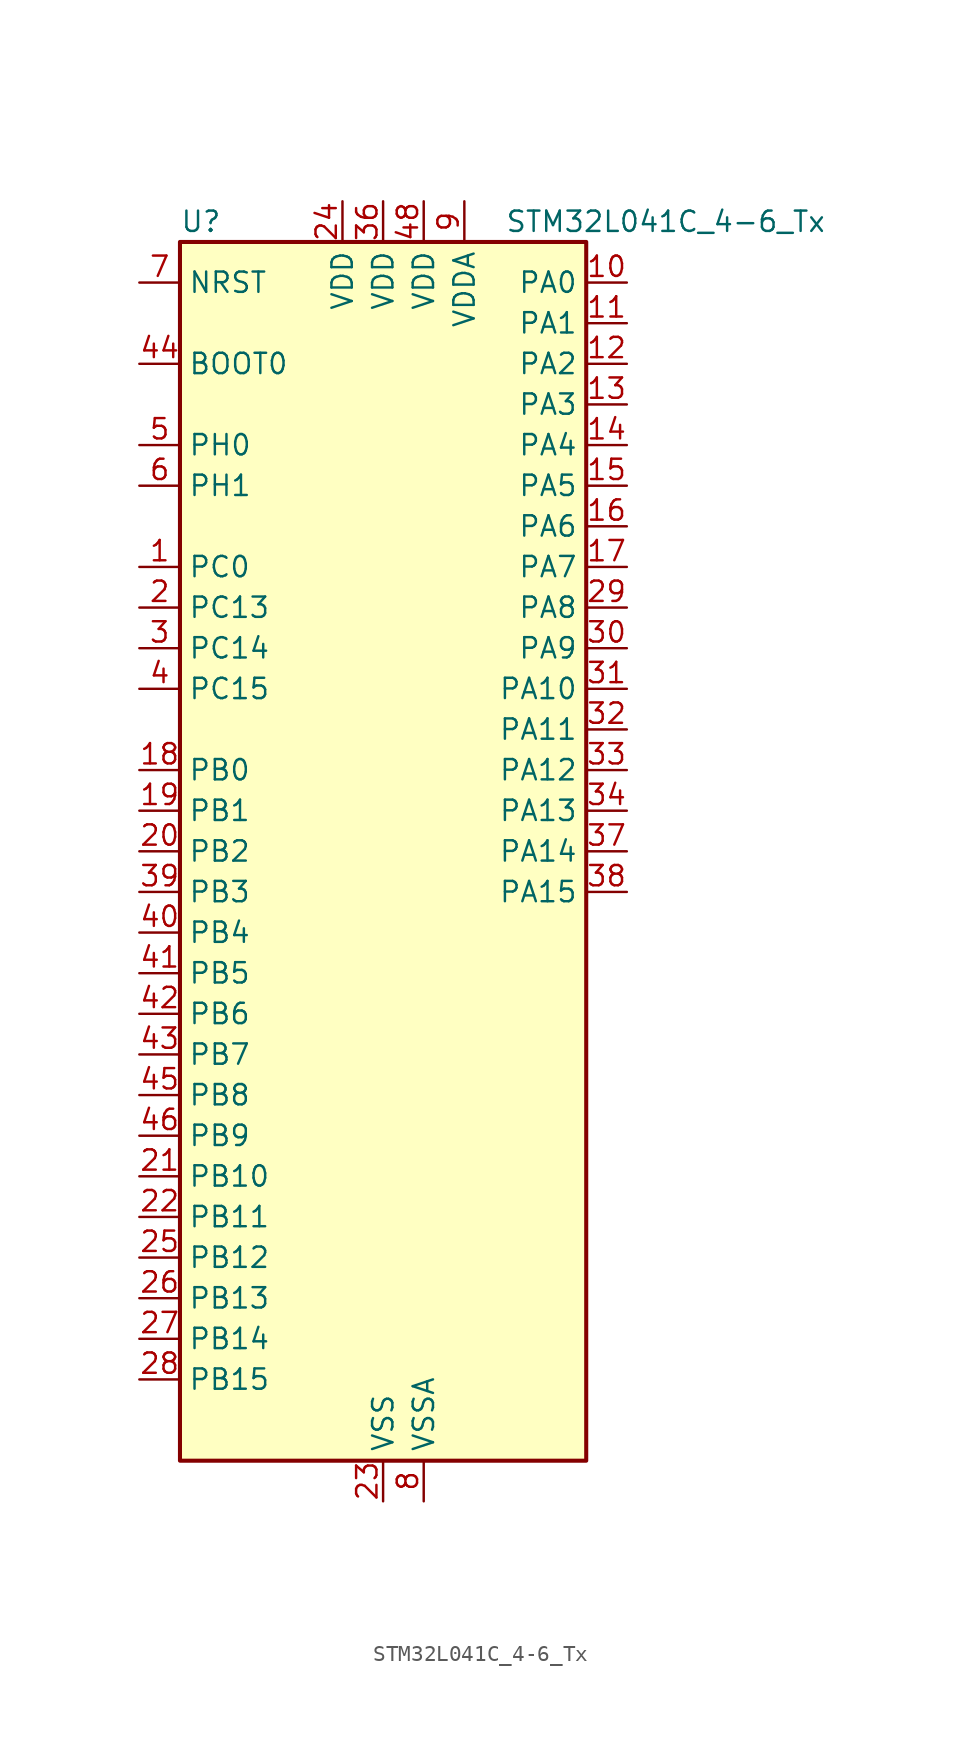
<source format=kicad_sym>
(kicad_symbol_lib
  (version 20220914)
  (generator kicad_symbol_editor)
  (symbol "STM32L041C_4-6_Tx"
    (property "Reference" "U"
      (at -12.7 39.37 0)
      (effects (font (size 1.27 1.27)) (justify left)))
    (property "Value" "STM32L041C_4-6_Tx"
      (at 7.62 39.37 0)
      (effects (font (size 1.27 1.27)) (justify left)))
    (property "ki_locked" ""
      (at 0 0 0)
      (effects (font (size 1.27 1.27))))
    (symbol "STM32L041C_4-6_Tx_0_1"
      (rectangle (start -12.7 -38.1) (end 12.7 38.1) (stroke (width 0.254) (type default)) (fill (type background))))
    (symbol "STM32L041C_4-6_Tx_1_1"
      (pin bidirectional line (at -15.24 17.78 0) (length 2.54) (name "PC0" (effects (font (size 1.27 1.27)))) (number "1" (effects (font (size 1.27 1.27)))) (alternate "LPTIM1_IN1" bidirectional line) (alternate "LPUART1_RX" bidirectional line))
      (pin bidirectional line (at 15.24 35.56 180) (length 2.54) (name "PA0" (effects (font (size 1.27 1.27)))) (number "10" (effects (font (size 1.27 1.27)))) (alternate "ADC_IN0" bidirectional line) (alternate "COMP1_INM" bidirectional line) (alternate "COMP1_OUT" bidirectional line) (alternate "LPTIM1_IN1" bidirectional line) (alternate "RTC_TAMP2" bidirectional line) (alternate "SYS_WKUP1" bidirectional line) (alternate "TIM2_CH1" bidirectional line) (alternate "TIM2_ETR" bidirectional line) (alternate "USART2_CTS" bidirectional line))
      (pin bidirectional line (at 15.24 33.02 180) (length 2.54) (name "PA1" (effects (font (size 1.27 1.27)))) (number "11" (effects (font (size 1.27 1.27)))) (alternate "ADC_IN1" bidirectional line) (alternate "COMP1_INP" bidirectional line) (alternate "I2C1_SMBA" bidirectional line) (alternate "LPTIM1_IN2" bidirectional line) (alternate "TIM21_ETR" bidirectional line) (alternate "TIM2_CH2" bidirectional line) (alternate "USART2_DE" bidirectional line) (alternate "USART2_RTS" bidirectional line))
      (pin bidirectional line (at 15.24 30.48 180) (length 2.54) (name "PA2" (effects (font (size 1.27 1.27)))) (number "12" (effects (font (size 1.27 1.27)))) (alternate "ADC_IN2" bidirectional line) (alternate "COMP2_INM" bidirectional line) (alternate "COMP2_OUT" bidirectional line) (alternate "LPUART1_TX" bidirectional line) (alternate "RTC_OUT_ALARM" bidirectional line) (alternate "RTC_OUT_CALIB" bidirectional line) (alternate "RTC_TAMP3" bidirectional line) (alternate "RTC_TS" bidirectional line) (alternate "SYS_WKUP3" bidirectional line) (alternate "TIM21_CH1" bidirectional line) (alternate "TIM2_CH3" bidirectional line) (alternate "USART2_TX" bidirectional line))
      (pin bidirectional line (at 15.24 27.94 180) (length 2.54) (name "PA3" (effects (font (size 1.27 1.27)))) (number "13" (effects (font (size 1.27 1.27)))) (alternate "ADC_IN3" bidirectional line) (alternate "COMP2_INP" bidirectional line) (alternate "LPUART1_RX" bidirectional line) (alternate "TIM21_CH2" bidirectional line) (alternate "TIM2_CH4" bidirectional line) (alternate "USART2_RX" bidirectional line))
      (pin bidirectional line (at 15.24 25.4 180) (length 2.54) (name "PA4" (effects (font (size 1.27 1.27)))) (number "14" (effects (font (size 1.27 1.27)))) (alternate "ADC_IN4" bidirectional line) (alternate "COMP1_INM" bidirectional line) (alternate "COMP2_INM" bidirectional line) (alternate "LPTIM1_IN1" bidirectional line) (alternate "SPI1_NSS" bidirectional line) (alternate "TIM22_ETR" bidirectional line) (alternate "USART2_CK" bidirectional line))
      (pin bidirectional line (at 15.24 22.86 180) (length 2.54) (name "PA5" (effects (font (size 1.27 1.27)))) (number "15" (effects (font (size 1.27 1.27)))) (alternate "ADC_IN5" bidirectional line) (alternate "COMP1_INM" bidirectional line) (alternate "COMP2_INM" bidirectional line) (alternate "LPTIM1_IN2" bidirectional line) (alternate "SPI1_SCK" bidirectional line) (alternate "TIM2_CH1" bidirectional line) (alternate "TIM2_ETR" bidirectional line))
      (pin bidirectional line (at 15.24 20.32 180) (length 2.54) (name "PA6" (effects (font (size 1.27 1.27)))) (number "16" (effects (font (size 1.27 1.27)))) (alternate "ADC_IN6" bidirectional line) (alternate "COMP1_OUT" bidirectional line) (alternate "LPTIM1_ETR" bidirectional line) (alternate "LPUART1_CTS" bidirectional line) (alternate "SPI1_MISO" bidirectional line) (alternate "TIM22_CH1" bidirectional line))
      (pin bidirectional line (at 15.24 17.78 180) (length 2.54) (name "PA7" (effects (font (size 1.27 1.27)))) (number "17" (effects (font (size 1.27 1.27)))) (alternate "ADC_IN7" bidirectional line) (alternate "COMP2_OUT" bidirectional line) (alternate "LPTIM1_OUT" bidirectional line) (alternate "SPI1_MOSI" bidirectional line) (alternate "TIM22_CH2" bidirectional line) (alternate "USART2_CTS" bidirectional line))
      (pin bidirectional line (at -15.24 5.08 0) (length 2.54) (name "PB0" (effects (font (size 1.27 1.27)))) (number "18" (effects (font (size 1.27 1.27)))) (alternate "ADC_IN8" bidirectional line) (alternate "SPI1_MISO" bidirectional line) (alternate "SYS_VREF_OUT_PB0" bidirectional line) (alternate "TIM2_CH3" bidirectional line) (alternate "USART2_DE" bidirectional line) (alternate "USART2_RTS" bidirectional line))
      (pin bidirectional line (at -15.24 2.54 0) (length 2.54) (name "PB1" (effects (font (size 1.27 1.27)))) (number "19" (effects (font (size 1.27 1.27)))) (alternate "ADC_IN9" bidirectional line) (alternate "LPUART1_DE" bidirectional line) (alternate "LPUART1_RTS" bidirectional line) (alternate "SPI1_MOSI" bidirectional line) (alternate "SYS_VREF_OUT_PB1" bidirectional line) (alternate "TIM2_CH4" bidirectional line) (alternate "USART2_CK" bidirectional line))
      (pin bidirectional line (at -15.24 15.24 0) (length 2.54) (name "PC13" (effects (font (size 1.27 1.27)))) (number "2" (effects (font (size 1.27 1.27)))) (alternate "RTC_TAMP1" bidirectional line) (alternate "SYS_WKUP2" bidirectional line))
      (pin bidirectional line (at -15.24 0 0) (length 2.54) (name "PB2" (effects (font (size 1.27 1.27)))) (number "20" (effects (font (size 1.27 1.27)))) (alternate "LPTIM1_OUT" bidirectional line))
      (pin bidirectional line (at -15.24 -20.32 0) (length 2.54) (name "PB10" (effects (font (size 1.27 1.27)))) (number "21" (effects (font (size 1.27 1.27)))) (alternate "LPUART1_TX" bidirectional line) (alternate "TIM2_CH3" bidirectional line))
      (pin bidirectional line (at -15.24 -22.86 0) (length 2.54) (name "PB11" (effects (font (size 1.27 1.27)))) (number "22" (effects (font (size 1.27 1.27)))) (alternate "ADC_EXTI11" bidirectional line) (alternate "LPUART1_RX" bidirectional line) (alternate "TIM2_CH4" bidirectional line))
      (pin power_in line (at 0 -40.64 90) (length 2.54) (name "VSS" (effects (font (size 1.27 1.27)))) (number "23" (effects (font (size 1.27 1.27)))))
      (pin power_in line (at -2.54 40.64 270) (length 2.54) (name "VDD" (effects (font (size 1.27 1.27)))) (number "24" (effects (font (size 1.27 1.27)))))
      (pin bidirectional line (at -15.24 -25.4 0) (length 2.54) (name "PB12" (effects (font (size 1.27 1.27)))) (number "25" (effects (font (size 1.27 1.27)))) (alternate "SPI1_NSS" bidirectional line))
      (pin bidirectional line (at -15.24 -27.94 0) (length 2.54) (name "PB13" (effects (font (size 1.27 1.27)))) (number "26" (effects (font (size 1.27 1.27)))) (alternate "LPUART1_CTS" bidirectional line) (alternate "RCC_MCO" bidirectional line) (alternate "SPI1_SCK" bidirectional line) (alternate "TIM21_CH1" bidirectional line))
      (pin bidirectional line (at -15.24 -30.48 0) (length 2.54) (name "PB14" (effects (font (size 1.27 1.27)))) (number "27" (effects (font (size 1.27 1.27)))) (alternate "LPUART1_DE" bidirectional line) (alternate "LPUART1_RTS" bidirectional line) (alternate "RTC_OUT_ALARM" bidirectional line) (alternate "RTC_OUT_CALIB" bidirectional line) (alternate "SPI1_MISO" bidirectional line) (alternate "TIM21_CH2" bidirectional line))
      (pin bidirectional line (at -15.24 -33.02 0) (length 2.54) (name "PB15" (effects (font (size 1.27 1.27)))) (number "28" (effects (font (size 1.27 1.27)))) (alternate "RTC_REFIN" bidirectional line) (alternate "SPI1_MOSI" bidirectional line))
      (pin bidirectional line (at 15.24 15.24 180) (length 2.54) (name "PA8" (effects (font (size 1.27 1.27)))) (number "29" (effects (font (size 1.27 1.27)))) (alternate "LPTIM1_IN1" bidirectional line) (alternate "RCC_MCO" bidirectional line) (alternate "TIM2_CH1" bidirectional line) (alternate "USART2_CK" bidirectional line))
      (pin bidirectional line (at -15.24 12.7 0) (length 2.54) (name "PC14" (effects (font (size 1.27 1.27)))) (number "3" (effects (font (size 1.27 1.27)))) (alternate "RCC_OSC32_IN" bidirectional line))
      (pin bidirectional line (at 15.24 12.7 180) (length 2.54) (name "PA9" (effects (font (size 1.27 1.27)))) (number "30" (effects (font (size 1.27 1.27)))) (alternate "I2C1_SCL" bidirectional line) (alternate "RCC_MCO" bidirectional line) (alternate "TIM22_CH1" bidirectional line) (alternate "USART2_TX" bidirectional line))
      (pin bidirectional line (at 15.24 10.16 180) (length 2.54) (name "PA10" (effects (font (size 1.27 1.27)))) (number "31" (effects (font (size 1.27 1.27)))) (alternate "I2C1_SDA" bidirectional line) (alternate "TIM22_CH2" bidirectional line) (alternate "USART2_RX" bidirectional line))
      (pin bidirectional line (at 15.24 7.62 180) (length 2.54) (name "PA11" (effects (font (size 1.27 1.27)))) (number "32" (effects (font (size 1.27 1.27)))) (alternate "ADC_EXTI11" bidirectional line) (alternate "COMP1_OUT" bidirectional line) (alternate "SPI1_MISO" bidirectional line) (alternate "TIM21_CH2" bidirectional line) (alternate "USART2_CTS" bidirectional line))
      (pin bidirectional line (at 15.24 5.08 180) (length 2.54) (name "PA12" (effects (font (size 1.27 1.27)))) (number "33" (effects (font (size 1.27 1.27)))) (alternate "COMP2_OUT" bidirectional line) (alternate "SPI1_MOSI" bidirectional line) (alternate "USART2_DE" bidirectional line) (alternate "USART2_RTS" bidirectional line))
      (pin bidirectional line (at 15.24 2.54 180) (length 2.54) (name "PA13" (effects (font (size 1.27 1.27)))) (number "34" (effects (font (size 1.27 1.27)))) (alternate "LPTIM1_ETR" bidirectional line) (alternate "LPUART1_RX" bidirectional line) (alternate "SYS_SWDIO" bidirectional line))
      (pin passive line (at 0 -40.64 90) (length 2.54) hide (name "VSS" (effects (font (size 1.27 1.27)))) (number "35" (effects (font (size 1.27 1.27)))))
      (pin power_in line (at 0 40.64 270) (length 2.54) (name "VDD" (effects (font (size 1.27 1.27)))) (number "36" (effects (font (size 1.27 1.27)))))
      (pin bidirectional line (at 15.24 0 180) (length 2.54) (name "PA14" (effects (font (size 1.27 1.27)))) (number "37" (effects (font (size 1.27 1.27)))) (alternate "I2C1_SMBA" bidirectional line) (alternate "LPTIM1_OUT" bidirectional line) (alternate "LPUART1_TX" bidirectional line) (alternate "SYS_SWCLK" bidirectional line) (alternate "USART2_TX" bidirectional line))
      (pin bidirectional line (at 15.24 -2.54 180) (length 2.54) (name "PA15" (effects (font (size 1.27 1.27)))) (number "38" (effects (font (size 1.27 1.27)))) (alternate "SPI1_NSS" bidirectional line) (alternate "TIM2_CH1" bidirectional line) (alternate "TIM2_ETR" bidirectional line) (alternate "USART2_RX" bidirectional line))
      (pin bidirectional line (at -15.24 -2.54 0) (length 2.54) (name "PB3" (effects (font (size 1.27 1.27)))) (number "39" (effects (font (size 1.27 1.27)))) (alternate "COMP2_INM" bidirectional line) (alternate "SPI1_SCK" bidirectional line) (alternate "TIM2_CH2" bidirectional line))
      (pin bidirectional line (at -15.24 10.16 0) (length 2.54) (name "PC15" (effects (font (size 1.27 1.27)))) (number "4" (effects (font (size 1.27 1.27)))) (alternate "RCC_OSC32_OUT" bidirectional line))
      (pin bidirectional line (at -15.24 -5.08 0) (length 2.54) (name "PB4" (effects (font (size 1.27 1.27)))) (number "40" (effects (font (size 1.27 1.27)))) (alternate "COMP2_INP" bidirectional line) (alternate "SPI1_MISO" bidirectional line) (alternate "TIM22_CH1" bidirectional line))
      (pin bidirectional line (at -15.24 -7.62 0) (length 2.54) (name "PB5" (effects (font (size 1.27 1.27)))) (number "41" (effects (font (size 1.27 1.27)))) (alternate "COMP2_INP" bidirectional line) (alternate "I2C1_SMBA" bidirectional line) (alternate "LPTIM1_IN1" bidirectional line) (alternate "SPI1_MOSI" bidirectional line) (alternate "TIM22_CH2" bidirectional line))
      (pin bidirectional line (at -15.24 -10.16 0) (length 2.54) (name "PB6" (effects (font (size 1.27 1.27)))) (number "42" (effects (font (size 1.27 1.27)))) (alternate "COMP2_INP" bidirectional line) (alternate "I2C1_SCL" bidirectional line) (alternate "LPTIM1_ETR" bidirectional line) (alternate "TIM21_CH1" bidirectional line) (alternate "USART2_TX" bidirectional line))
      (pin bidirectional line (at -15.24 -12.7 0) (length 2.54) (name "PB7" (effects (font (size 1.27 1.27)))) (number "43" (effects (font (size 1.27 1.27)))) (alternate "COMP2_INP" bidirectional line) (alternate "I2C1_SDA" bidirectional line) (alternate "LPTIM1_IN2" bidirectional line) (alternate "SYS_PVD_IN" bidirectional line) (alternate "USART2_RX" bidirectional line))
      (pin input line (at -15.24 30.48 0) (length 2.54) (name "BOOT0" (effects (font (size 1.27 1.27)))) (number "44" (effects (font (size 1.27 1.27)))))
      (pin bidirectional line (at -15.24 -15.24 0) (length 2.54) (name "PB8" (effects (font (size 1.27 1.27)))) (number "45" (effects (font (size 1.27 1.27)))) (alternate "I2C1_SCL" bidirectional line))
      (pin bidirectional line (at -15.24 -17.78 0) (length 2.54) (name "PB9" (effects (font (size 1.27 1.27)))) (number "46" (effects (font (size 1.27 1.27)))) (alternate "I2C1_SDA" bidirectional line))
      (pin passive line (at 0 -40.64 90) (length 2.54) hide (name "VSS" (effects (font (size 1.27 1.27)))) (number "47" (effects (font (size 1.27 1.27)))))
      (pin power_in line (at 2.54 40.64 270) (length 2.54) (name "VDD" (effects (font (size 1.27 1.27)))) (number "48" (effects (font (size 1.27 1.27)))))
      (pin bidirectional line (at -15.24 25.4 0) (length 2.54) (name "PH0" (effects (font (size 1.27 1.27)))) (number "5" (effects (font (size 1.27 1.27)))) (alternate "RCC_OSC_IN" bidirectional line))
      (pin bidirectional line (at -15.24 22.86 0) (length 2.54) (name "PH1" (effects (font (size 1.27 1.27)))) (number "6" (effects (font (size 1.27 1.27)))) (alternate "RCC_OSC_OUT" bidirectional line))
      (pin input line (at -15.24 35.56 0) (length 2.54) (name "NRST" (effects (font (size 1.27 1.27)))) (number "7" (effects (font (size 1.27 1.27)))))
      (pin power_in line (at 2.54 -40.64 90) (length 2.54) (name "VSSA" (effects (font (size 1.27 1.27)))) (number "8" (effects (font (size 1.27 1.27)))))
      (pin power_in line (at 5.08 40.64 270) (length 2.54) (name "VDDA" (effects (font (size 1.27 1.27)))) (number "9" (effects (font (size 1.27 1.27))))))))
</source>
